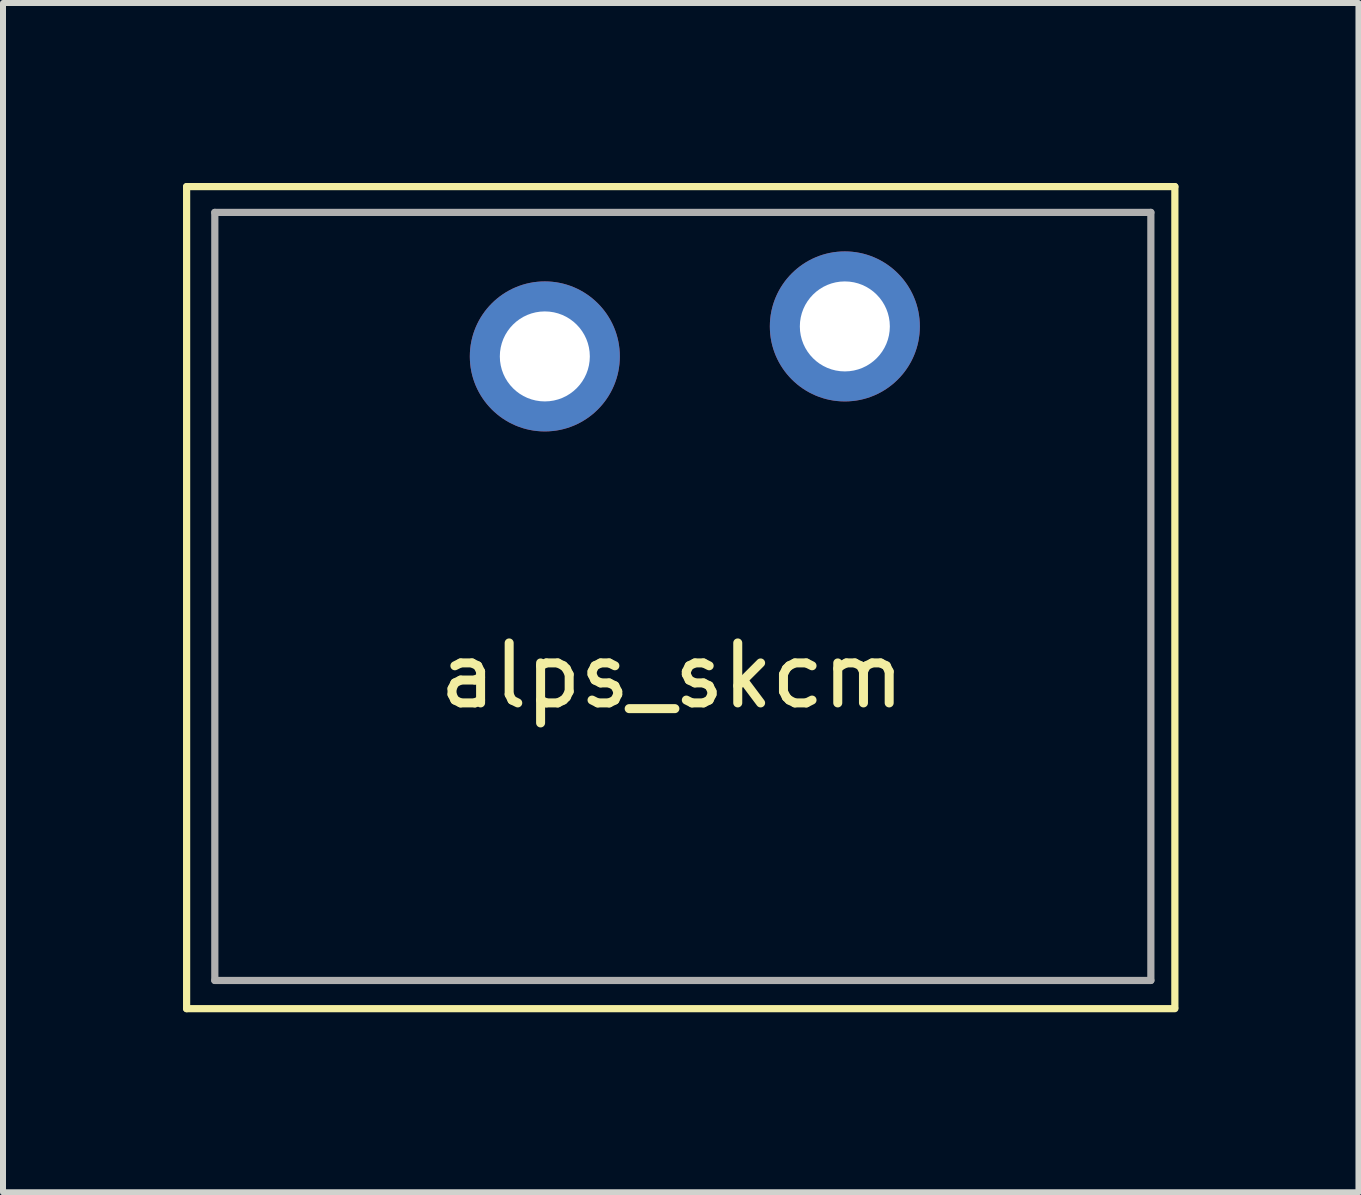
<source format=kicad_pcb>
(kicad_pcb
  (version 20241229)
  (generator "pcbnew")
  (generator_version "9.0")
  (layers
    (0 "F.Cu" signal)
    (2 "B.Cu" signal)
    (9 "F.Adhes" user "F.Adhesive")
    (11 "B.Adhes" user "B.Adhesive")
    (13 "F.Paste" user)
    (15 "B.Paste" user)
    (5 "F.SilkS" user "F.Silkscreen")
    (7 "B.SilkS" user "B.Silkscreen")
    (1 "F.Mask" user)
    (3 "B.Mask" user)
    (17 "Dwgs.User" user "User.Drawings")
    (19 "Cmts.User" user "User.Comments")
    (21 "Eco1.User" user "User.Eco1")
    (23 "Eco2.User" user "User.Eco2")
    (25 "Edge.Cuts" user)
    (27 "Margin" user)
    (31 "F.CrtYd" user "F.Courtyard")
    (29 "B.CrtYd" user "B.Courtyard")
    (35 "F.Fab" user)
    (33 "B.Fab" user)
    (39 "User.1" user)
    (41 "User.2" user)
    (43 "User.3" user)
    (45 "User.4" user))
  (footprint "alps_skcm"
    (layer "F.Cu")
    (at 0.53 13.29)
    (property "Reference" "alps_skcm" (at 7.62 -5.08 0) (layer "F.SilkS") (effects (font (size 1 1) (thickness 0.15))))
    (attr through_hole)
    (fp_line (start -0.47 -13.23) (end 16 -13.23) (stroke (width 0.12) (type solid)) (layer "F.SilkS"))
    (fp_line (start -0.47 0.47) (end -0.47 -13.23) (stroke (width 0.12) (type solid)) (layer "F.SilkS"))
    (fp_line (start -0.47 0.47) (end 16 0.47) (stroke (width 0.12) (type solid)) (layer "F.SilkS"))
    (fp_line (start 16 -13.23) (end 16 0.45) (stroke (width 0.12) (type solid)) (layer "F.SilkS"))
    (fp_line (start 0 -12.8) (end 0 0) (stroke (width 0.12) (type solid)) (layer "F.Fab"))
    (fp_line (start 0 0) (end 15.6 0) (stroke (width 0.12) (type solid)) (layer "F.Fab"))
    (fp_line (start 15.6 -12.8) (end 0 -12.8) (stroke (width 0.12) (type solid)) (layer "F.Fab"))
    (fp_line (start 15.6 0) (end 15.6 -12.8) (stroke (width 0.12) (type solid)) (layer "F.Fab"))
    (pad "1" thru_hole circle (at 10.5 -10.9) (size 2.5 2.5) (drill 1.5) (layers "*.Cu" "*.Mask"))
    (pad "2" thru_hole circle (at 5.5 -10.4) (size 2.5 2.5) (drill 1.5) (layers "*.Cu" "*.Mask")))
  (gr_rect
    (start -3 -3)
    (end 19.59 16.82)
    (stroke (width 0.1) (type default))
    (fill no)
    (layer "Edge.Cuts")))
</source>
